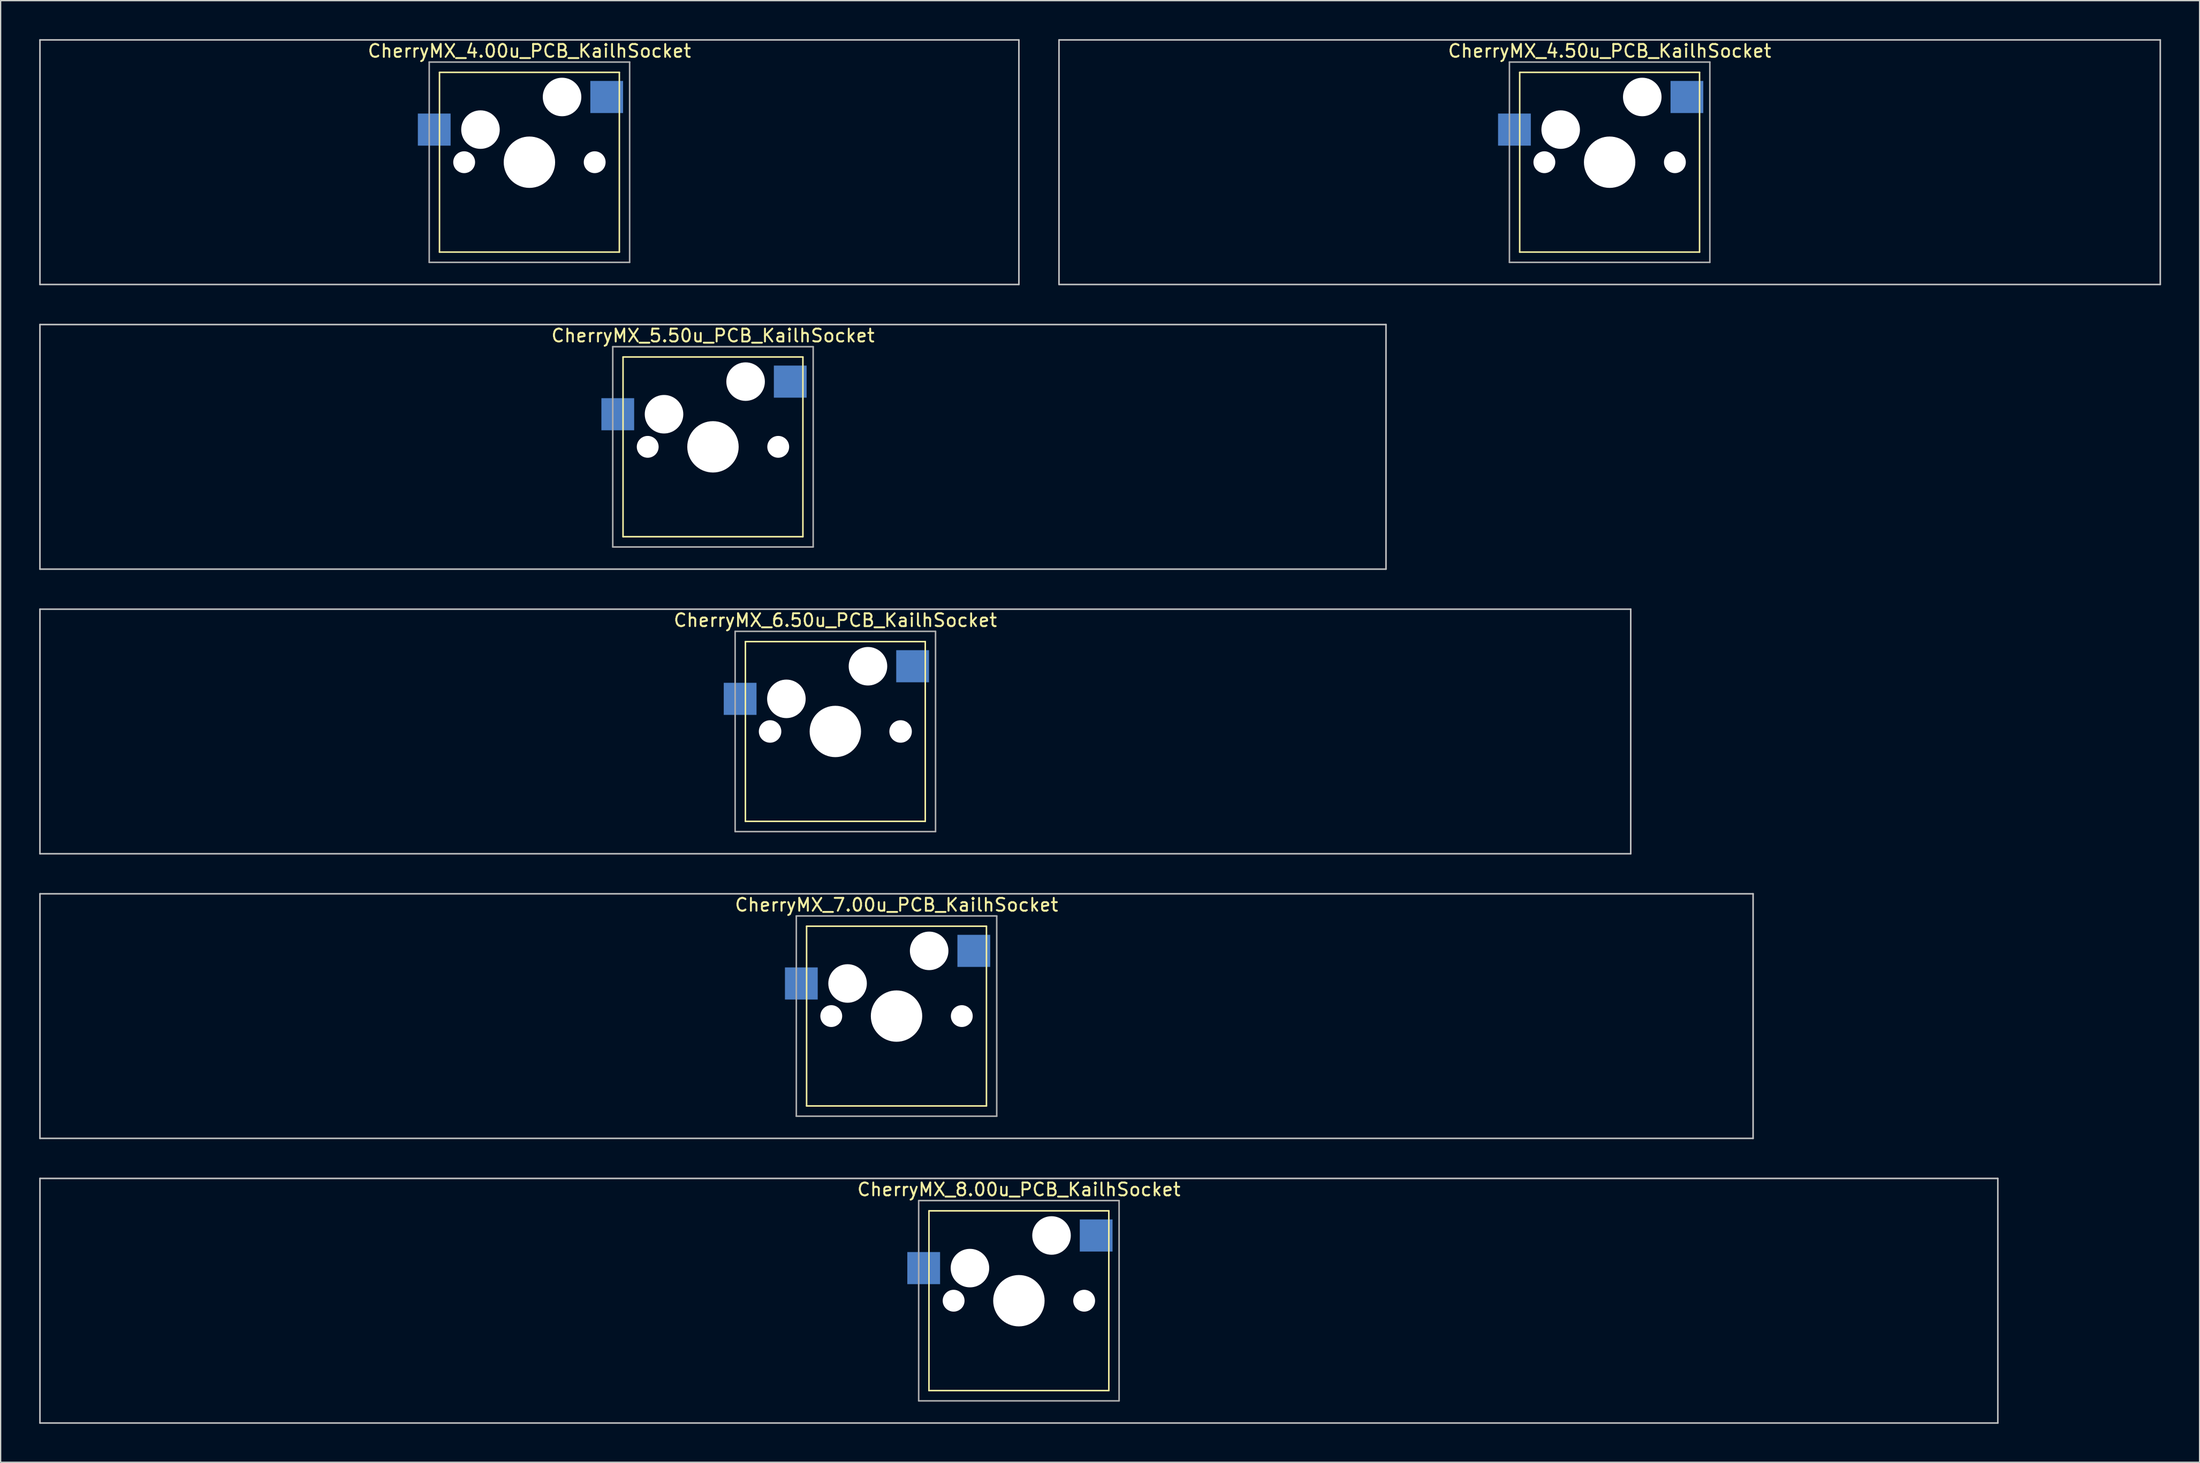
<source format=kicad_pcb>
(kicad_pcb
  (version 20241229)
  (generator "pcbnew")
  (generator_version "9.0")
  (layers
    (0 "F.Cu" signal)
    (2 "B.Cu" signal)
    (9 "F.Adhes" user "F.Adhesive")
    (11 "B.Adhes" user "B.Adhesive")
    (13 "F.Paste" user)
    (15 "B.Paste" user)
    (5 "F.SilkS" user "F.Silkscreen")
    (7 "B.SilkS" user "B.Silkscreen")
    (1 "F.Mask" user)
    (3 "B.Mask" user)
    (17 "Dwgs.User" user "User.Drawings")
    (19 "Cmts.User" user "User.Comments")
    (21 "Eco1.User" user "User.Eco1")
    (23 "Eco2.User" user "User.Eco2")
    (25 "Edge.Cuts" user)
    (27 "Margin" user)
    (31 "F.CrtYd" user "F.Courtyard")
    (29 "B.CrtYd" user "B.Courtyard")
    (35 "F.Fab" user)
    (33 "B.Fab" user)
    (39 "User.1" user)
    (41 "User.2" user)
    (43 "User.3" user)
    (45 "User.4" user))
  (footprint "CherryMX_4.00u_PCB_KailhSocket"
    (layer "F.Cu")
    (at 38.16 9.585)
    (property "Reference" "CherryMX_4.00u_PCB_KailhSocket" (at 0 -8.662 0) (layer "F.SilkS") (effects (font (size 1 1) (thickness 0.15))))
    (attr through_hole)
    (fp_line (start -7 -7) (end -7 7) (stroke (width 0.12) (type solid)) (layer "F.SilkS"))
    (fp_line (start -7 -7) (end 7 -7) (stroke (width 0.12) (type solid)) (layer "F.SilkS"))
    (fp_line (start 7 -7) (end 7 7) (stroke (width 0.12) (type solid)) (layer "F.SilkS"))
    (fp_line (start 7 7) (end -7 7) (stroke (width 0.12) (type solid)) (layer "F.SilkS"))
    (fp_line (start -38.1 -9.525) (end 38.1 -9.525) (stroke (width 0.12) (type solid)) (layer "Dwgs.User"))
    (fp_line (start -38.1 9.525) (end -38.1 -9.525) (stroke (width 0.12) (type solid)) (layer "Dwgs.User"))
    (fp_line (start 38.1 -9.525) (end 38.1 9.525) (stroke (width 0.12) (type solid)) (layer "Dwgs.User"))
    (fp_line (start 38.1 9.525) (end -38.1 9.525) (stroke (width 0.12) (type solid)) (layer "Dwgs.User"))
    (fp_line (start -7.8 -7.8) (end -7.8 7.8) (stroke (width 0.12) (type solid)) (layer "F.Fab"))
    (fp_line (start -7.8 -7.8) (end 7.8 -7.8) (stroke (width 0.12) (type solid)) (layer "F.Fab"))
    (fp_line (start -7.8 7.8) (end 7.8 7.8) (stroke (width 0.12) (type solid)) (layer "F.Fab"))
    (fp_line (start 7.8 -7.8) (end 7.8 7.8) (stroke (width 0.12) (type solid)) (layer "F.Fab"))
    (pad "" np_thru_hole circle (at -5.08 0) (size 1.7 1.7) (drill 1.7) (layers "*.Cu" "*.Mask"))
    (pad "" np_thru_hole circle (at -3.81 -2.54) (size 3 3) (drill 3) (layers "*.Cu" "*.Mask"))
    (pad "" np_thru_hole circle (at 0 0) (size 4 4) (drill 4) (layers "*.Cu" "*.Mask"))
    (pad "" np_thru_hole circle (at 2.54 -5.08) (size 3 3) (drill 3) (layers "*.Cu" "*.Mask"))
    (pad "" np_thru_hole circle (at 5.08 0) (size 1.7 1.7) (drill 1.7) (layers "*.Cu" "*.Mask"))
    (pad "1" smd rect (at -7.41 -2.54) (size 2.55 2.5) (layers "B.Cu" "B.Mask" "B.Paste"))
    (pad "2" smd rect (at 6.015 -5.08) (size 2.55 2.5) (layers "B.Cu" "B.Mask" "B.Paste")))
  (footprint "CherryMX_8.00u_PCB_KailhSocket"
    (layer "F.Cu")
    (at 76.26 98.265)
    (property "Reference" "CherryMX_8.00u_PCB_KailhSocket" (at 0 -8.662 0) (layer "F.SilkS") (effects (font (size 1 1) (thickness 0.15))))
    (attr through_hole)
    (fp_line (start -7 -7) (end -7 7) (stroke (width 0.12) (type solid)) (layer "F.SilkS"))
    (fp_line (start -7 -7) (end 7 -7) (stroke (width 0.12) (type solid)) (layer "F.SilkS"))
    (fp_line (start 7 -7) (end 7 7) (stroke (width 0.12) (type solid)) (layer "F.SilkS"))
    (fp_line (start 7 7) (end -7 7) (stroke (width 0.12) (type solid)) (layer "F.SilkS"))
    (fp_line (start -76.2 -9.525) (end 76.2 -9.525) (stroke (width 0.12) (type solid)) (layer "Dwgs.User"))
    (fp_line (start -76.2 9.525) (end -76.2 -9.525) (stroke (width 0.12) (type solid)) (layer "Dwgs.User"))
    (fp_line (start 76.2 -9.525) (end 76.2 9.525) (stroke (width 0.12) (type solid)) (layer "Dwgs.User"))
    (fp_line (start 76.2 9.525) (end -76.2 9.525) (stroke (width 0.12) (type solid)) (layer "Dwgs.User"))
    (fp_line (start -7.8 -7.8) (end -7.8 7.8) (stroke (width 0.12) (type solid)) (layer "F.Fab"))
    (fp_line (start -7.8 -7.8) (end 7.8 -7.8) (stroke (width 0.12) (type solid)) (layer "F.Fab"))
    (fp_line (start -7.8 7.8) (end 7.8 7.8) (stroke (width 0.12) (type solid)) (layer "F.Fab"))
    (fp_line (start 7.8 -7.8) (end 7.8 7.8) (stroke (width 0.12) (type solid)) (layer "F.Fab"))
    (pad "" np_thru_hole circle (at -5.08 0) (size 1.7 1.7) (drill 1.7) (layers "*.Cu" "*.Mask"))
    (pad "" np_thru_hole circle (at -3.81 -2.54) (size 3 3) (drill 3) (layers "*.Cu" "*.Mask"))
    (pad "" np_thru_hole circle (at 0 0) (size 4 4) (drill 4) (layers "*.Cu" "*.Mask"))
    (pad "" np_thru_hole circle (at 2.54 -5.08) (size 3 3) (drill 3) (layers "*.Cu" "*.Mask"))
    (pad "" np_thru_hole circle (at 5.08 0) (size 1.7 1.7) (drill 1.7) (layers "*.Cu" "*.Mask"))
    (pad "1" smd rect (at -7.41 -2.54) (size 2.55 2.5) (layers "B.Cu" "B.Mask" "B.Paste"))
    (pad "2" smd rect (at 6.015 -5.08) (size 2.55 2.5) (layers "B.Cu" "B.Mask" "B.Paste")))
  (footprint "CherryMX_7.00u_PCB_KailhSocket"
    (layer "F.Cu")
    (at 66.735 76.095)
    (property "Reference" "CherryMX_7.00u_PCB_KailhSocket" (at 0 -8.662 0) (layer "F.SilkS") (effects (font (size 1 1) (thickness 0.15))))
    (attr through_hole)
    (fp_line (start -7 -7) (end -7 7) (stroke (width 0.12) (type solid)) (layer "F.SilkS"))
    (fp_line (start -7 -7) (end 7 -7) (stroke (width 0.12) (type solid)) (layer "F.SilkS"))
    (fp_line (start 7 -7) (end 7 7) (stroke (width 0.12) (type solid)) (layer "F.SilkS"))
    (fp_line (start 7 7) (end -7 7) (stroke (width 0.12) (type solid)) (layer "F.SilkS"))
    (fp_line (start -66.675 -9.525) (end 66.675 -9.525) (stroke (width 0.12) (type solid)) (layer "Dwgs.User"))
    (fp_line (start -66.675 9.525) (end -66.675 -9.525) (stroke (width 0.12) (type solid)) (layer "Dwgs.User"))
    (fp_line (start 66.675 -9.525) (end 66.675 9.525) (stroke (width 0.12) (type solid)) (layer "Dwgs.User"))
    (fp_line (start 66.675 9.525) (end -66.675 9.525) (stroke (width 0.12) (type solid)) (layer "Dwgs.User"))
    (fp_line (start -7.8 -7.8) (end -7.8 7.8) (stroke (width 0.12) (type solid)) (layer "F.Fab"))
    (fp_line (start -7.8 -7.8) (end 7.8 -7.8) (stroke (width 0.12) (type solid)) (layer "F.Fab"))
    (fp_line (start -7.8 7.8) (end 7.8 7.8) (stroke (width 0.12) (type solid)) (layer "F.Fab"))
    (fp_line (start 7.8 -7.8) (end 7.8 7.8) (stroke (width 0.12) (type solid)) (layer "F.Fab"))
    (pad "" np_thru_hole circle (at -5.08 0) (size 1.7 1.7) (drill 1.7) (layers "*.Cu" "*.Mask"))
    (pad "" np_thru_hole circle (at -3.81 -2.54) (size 3 3) (drill 3) (layers "*.Cu" "*.Mask"))
    (pad "" np_thru_hole circle (at 0 0) (size 4 4) (drill 4) (layers "*.Cu" "*.Mask"))
    (pad "" np_thru_hole circle (at 2.54 -5.08) (size 3 3) (drill 3) (layers "*.Cu" "*.Mask"))
    (pad "" np_thru_hole circle (at 5.08 0) (size 1.7 1.7) (drill 1.7) (layers "*.Cu" "*.Mask"))
    (pad "1" smd rect (at -7.41 -2.54) (size 2.55 2.5) (layers "B.Cu" "B.Mask" "B.Paste"))
    (pad "2" smd rect (at 6.015 -5.08) (size 2.55 2.5) (layers "B.Cu" "B.Mask" "B.Paste")))
  (footprint "CherryMX_4.50u_PCB_KailhSocket"
    (layer "F.Cu")
    (at 122.243 9.585)
    (property "Reference" "CherryMX_4.50u_PCB_KailhSocket" (at 0 -8.662 0) (layer "F.SilkS") (effects (font (size 1 1) (thickness 0.15))))
    (attr through_hole)
    (fp_line (start -7 -7) (end -7 7) (stroke (width 0.12) (type solid)) (layer "F.SilkS"))
    (fp_line (start -7 -7) (end 7 -7) (stroke (width 0.12) (type solid)) (layer "F.SilkS"))
    (fp_line (start 7 -7) (end 7 7) (stroke (width 0.12) (type solid)) (layer "F.SilkS"))
    (fp_line (start 7 7) (end -7 7) (stroke (width 0.12) (type solid)) (layer "F.SilkS"))
    (fp_line (start -42.862 -9.525) (end 42.862 -9.525) (stroke (width 0.12) (type solid)) (layer "Dwgs.User"))
    (fp_line (start -42.862 9.525) (end -42.862 -9.525) (stroke (width 0.12) (type solid)) (layer "Dwgs.User"))
    (fp_line (start 42.862 -9.525) (end 42.862 9.525) (stroke (width 0.12) (type solid)) (layer "Dwgs.User"))
    (fp_line (start 42.862 9.525) (end -42.862 9.525) (stroke (width 0.12) (type solid)) (layer "Dwgs.User"))
    (fp_line (start -7.8 -7.8) (end -7.8 7.8) (stroke (width 0.12) (type solid)) (layer "F.Fab"))
    (fp_line (start -7.8 -7.8) (end 7.8 -7.8) (stroke (width 0.12) (type solid)) (layer "F.Fab"))
    (fp_line (start -7.8 7.8) (end 7.8 7.8) (stroke (width 0.12) (type solid)) (layer "F.Fab"))
    (fp_line (start 7.8 -7.8) (end 7.8 7.8) (stroke (width 0.12) (type solid)) (layer "F.Fab"))
    (pad "" np_thru_hole circle (at -5.08 0) (size 1.7 1.7) (drill 1.7) (layers "*.Cu" "*.Mask"))
    (pad "" np_thru_hole circle (at -3.81 -2.54) (size 3 3) (drill 3) (layers "*.Cu" "*.Mask"))
    (pad "" np_thru_hole circle (at 0 0) (size 4 4) (drill 4) (layers "*.Cu" "*.Mask"))
    (pad "" np_thru_hole circle (at 2.54 -5.08) (size 3 3) (drill 3) (layers "*.Cu" "*.Mask"))
    (pad "" np_thru_hole circle (at 5.08 0) (size 1.7 1.7) (drill 1.7) (layers "*.Cu" "*.Mask"))
    (pad "1" smd rect (at -7.41 -2.54) (size 2.55 2.5) (layers "B.Cu" "B.Mask" "B.Paste"))
    (pad "2" smd rect (at 6.015 -5.08) (size 2.55 2.5) (layers "B.Cu" "B.Mask" "B.Paste")))
  (footprint "CherryMX_6.50u_PCB_KailhSocket"
    (layer "F.Cu")
    (at 61.972 53.925)
    (property "Reference" "CherryMX_6.50u_PCB_KailhSocket" (at 0 -8.662 0) (layer "F.SilkS") (effects (font (size 1 1) (thickness 0.15))))
    (attr through_hole)
    (fp_line (start -7 -7) (end -7 7) (stroke (width 0.12) (type solid)) (layer "F.SilkS"))
    (fp_line (start -7 -7) (end 7 -7) (stroke (width 0.12) (type solid)) (layer "F.SilkS"))
    (fp_line (start 7 -7) (end 7 7) (stroke (width 0.12) (type solid)) (layer "F.SilkS"))
    (fp_line (start 7 7) (end -7 7) (stroke (width 0.12) (type solid)) (layer "F.SilkS"))
    (fp_line (start -61.913 -9.525) (end 61.913 -9.525) (stroke (width 0.12) (type solid)) (layer "Dwgs.User"))
    (fp_line (start -61.913 9.525) (end -61.913 -9.525) (stroke (width 0.12) (type solid)) (layer "Dwgs.User"))
    (fp_line (start 61.913 -9.525) (end 61.913 9.525) (stroke (width 0.12) (type solid)) (layer "Dwgs.User"))
    (fp_line (start 61.913 9.525) (end -61.913 9.525) (stroke (width 0.12) (type solid)) (layer "Dwgs.User"))
    (fp_line (start -7.8 -7.8) (end -7.8 7.8) (stroke (width 0.12) (type solid)) (layer "F.Fab"))
    (fp_line (start -7.8 -7.8) (end 7.8 -7.8) (stroke (width 0.12) (type solid)) (layer "F.Fab"))
    (fp_line (start -7.8 7.8) (end 7.8 7.8) (stroke (width 0.12) (type solid)) (layer "F.Fab"))
    (fp_line (start 7.8 -7.8) (end 7.8 7.8) (stroke (width 0.12) (type solid)) (layer "F.Fab"))
    (pad "" np_thru_hole circle (at -5.08 0) (size 1.75 1.75) (drill 1.75) (layers "*.Cu" "*.Mask"))
    (pad "" np_thru_hole circle (at -3.81 -2.54) (size 3 3) (drill 3) (layers "*.Cu" "*.Mask"))
    (pad "" np_thru_hole circle (at 0 0) (size 4 4) (drill 4) (layers "*.Cu" "*.Mask"))
    (pad "" np_thru_hole circle (at 2.54 -5.08) (size 3 3) (drill 3) (layers "*.Cu" "*.Mask"))
    (pad "" np_thru_hole circle (at 5.08 0) (size 1.75 1.75) (drill 1.75) (layers "*.Cu" "*.Mask"))
    (pad "1" smd rect (at -7.41 -2.54) (size 2.55 2.5) (layers "B.Cu" "B.Mask" "B.Paste"))
    (pad "2" smd rect (at 6.015 -5.08) (size 2.55 2.5) (layers "B.Cu" "B.Mask" "B.Paste")))
  (footprint "CherryMX_5.50u_PCB_KailhSocket"
    (layer "F.Cu")
    (at 52.447 31.755)
    (property "Reference" "CherryMX_5.50u_PCB_KailhSocket" (at 0 -8.662 0) (layer "F.SilkS") (effects (font (size 1 1) (thickness 0.15))))
    (attr through_hole)
    (fp_line (start -7 -7) (end -7 7) (stroke (width 0.12) (type solid)) (layer "F.SilkS"))
    (fp_line (start -7 -7) (end 7 -7) (stroke (width 0.12) (type solid)) (layer "F.SilkS"))
    (fp_line (start 7 -7) (end 7 7) (stroke (width 0.12) (type solid)) (layer "F.SilkS"))
    (fp_line (start 7 7) (end -7 7) (stroke (width 0.12) (type solid)) (layer "F.SilkS"))
    (fp_line (start -52.388 -9.525) (end 52.388 -9.525) (stroke (width 0.12) (type solid)) (layer "Dwgs.User"))
    (fp_line (start -52.388 9.525) (end -52.388 -9.525) (stroke (width 0.12) (type solid)) (layer "Dwgs.User"))
    (fp_line (start 52.388 -9.525) (end 52.388 9.525) (stroke (width 0.12) (type solid)) (layer "Dwgs.User"))
    (fp_line (start 52.388 9.525) (end -52.388 9.525) (stroke (width 0.12) (type solid)) (layer "Dwgs.User"))
    (fp_line (start -7.8 -7.8) (end -7.8 7.8) (stroke (width 0.12) (type solid)) (layer "F.Fab"))
    (fp_line (start -7.8 -7.8) (end 7.8 -7.8) (stroke (width 0.12) (type solid)) (layer "F.Fab"))
    (fp_line (start -7.8 7.8) (end 7.8 7.8) (stroke (width 0.12) (type solid)) (layer "F.Fab"))
    (fp_line (start 7.8 -7.8) (end 7.8 7.8) (stroke (width 0.12) (type solid)) (layer "F.Fab"))
    (pad "" np_thru_hole circle (at -5.08 0) (size 1.7 1.7) (drill 1.7) (layers "*.Cu" "*.Mask"))
    (pad "" np_thru_hole circle (at -3.81 -2.54) (size 3 3) (drill 3) (layers "*.Cu" "*.Mask"))
    (pad "" np_thru_hole circle (at 0 0) (size 4 4) (drill 4) (layers "*.Cu" "*.Mask"))
    (pad "" np_thru_hole circle (at 2.54 -5.08) (size 3 3) (drill 3) (layers "*.Cu" "*.Mask"))
    (pad "" np_thru_hole circle (at 5.08 0) (size 1.7 1.7) (drill 1.7) (layers "*.Cu" "*.Mask"))
    (pad "1" smd rect (at -7.41 -2.54) (size 2.55 2.5) (layers "B.Cu" "B.Mask" "B.Paste"))
    (pad "2" smd rect (at 6.015 -5.08) (size 2.55 2.5) (layers "B.Cu" "B.Mask" "B.Paste")))
  (gr_rect
    (start -3 -3)
    (end 168.165 110.85)
    (stroke (width 0.1) (type default))
    (fill no)
    (layer "Edge.Cuts")))
</source>
